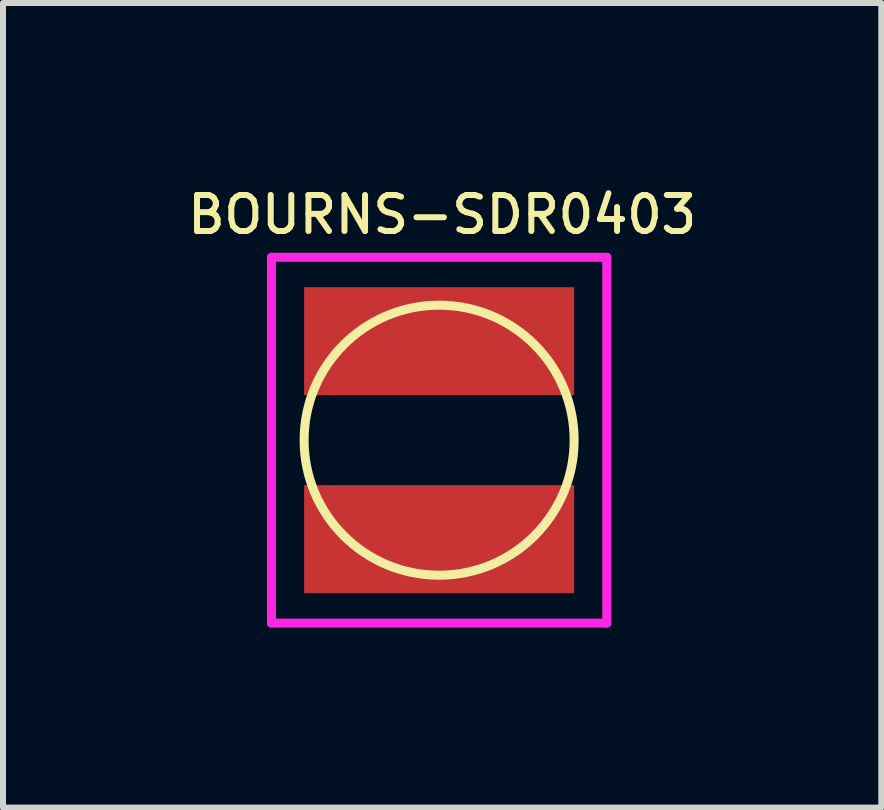
<source format=kicad_pcb>
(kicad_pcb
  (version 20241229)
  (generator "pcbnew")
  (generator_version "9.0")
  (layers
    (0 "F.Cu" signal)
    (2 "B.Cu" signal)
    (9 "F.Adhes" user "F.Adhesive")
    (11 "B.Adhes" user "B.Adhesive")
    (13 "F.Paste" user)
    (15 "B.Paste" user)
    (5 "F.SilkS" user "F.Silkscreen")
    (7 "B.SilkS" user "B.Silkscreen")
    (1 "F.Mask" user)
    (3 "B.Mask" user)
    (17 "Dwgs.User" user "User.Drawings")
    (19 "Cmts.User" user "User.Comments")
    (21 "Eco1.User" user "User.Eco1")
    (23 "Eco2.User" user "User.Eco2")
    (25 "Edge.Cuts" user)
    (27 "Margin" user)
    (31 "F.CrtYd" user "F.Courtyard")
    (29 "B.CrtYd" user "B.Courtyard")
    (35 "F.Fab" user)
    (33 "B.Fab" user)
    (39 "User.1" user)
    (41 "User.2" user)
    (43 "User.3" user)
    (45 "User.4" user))
  (footprint "BOURNS-SDR0403"
    (layer "F.Cu")
    (at 4.268 4.286)
    (property "Reference" "BOURNS-SDR0403" (at 0.051 -3.759 0) (layer "F.SilkS") (effects (font (size 0.6 0.6) (thickness 0.1))))
    (attr through_hole)
    (fp_circle (center 0 0) (end 2.25 0) (stroke (width 0.15) (type solid)) (fill no) (layer "F.SilkS"))
    (fp_line (start -2.794 -3.048) (end 2.794 -3.048) (stroke (width 0.15) (type solid)) (layer "F.CrtYd"))
    (fp_line (start -2.794 3.048) (end -2.794 -3.048) (stroke (width 0.15) (type solid)) (layer "F.CrtYd"))
    (fp_line (start 2.794 -3.048) (end 2.794 3.048) (stroke (width 0.15) (type solid)) (layer "F.CrtYd"))
    (fp_line (start 2.794 3.048) (end -2.794 3.048) (stroke (width 0.15) (type solid)) (layer "F.CrtYd"))
    (pad "1" smd rect (at 0 -1.65) (size 4.5 1.8) (layers "F.Cu" "F.Mask" "F.Paste"))
    (pad "2" smd rect (at 0 1.65) (size 4.5 1.8) (layers "F.Cu" "F.Mask" "F.Paste")))
  (gr_rect
    (start -3 -3)
    (end 11.637 10.409)
    (stroke (width 0.1) (type default))
    (fill no)
    (layer "Edge.Cuts")))
</source>
